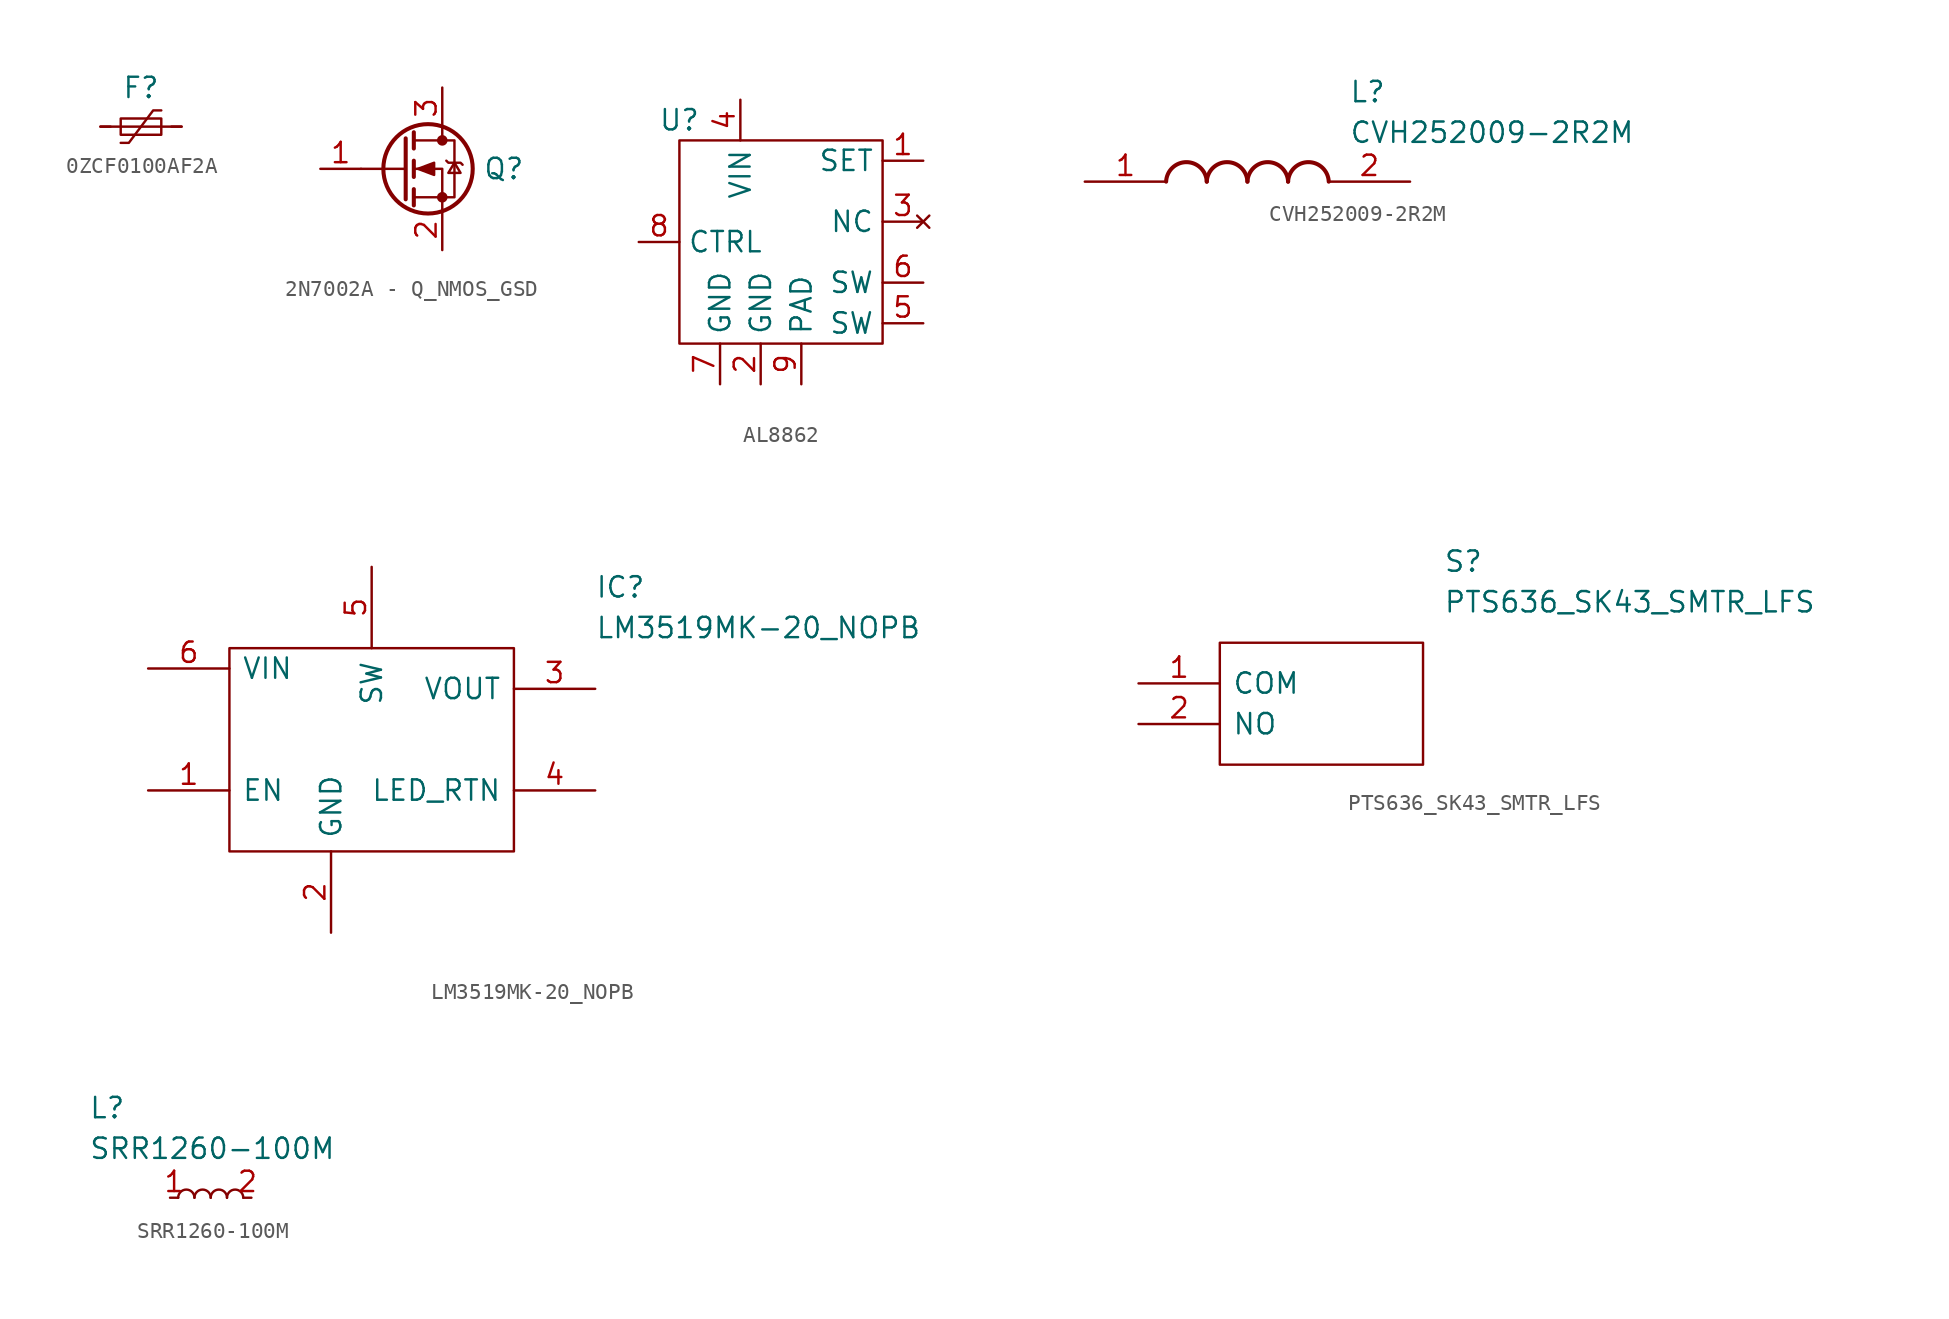
<source format=kicad_sym>
(kicad_symbol_lib
  (version 20231120)
  (generator "kicad_symbol_editor")
  (generator_version "8.0")
  (symbol "0ZCF0100AF2A"
    (pin_numbers hide)
    (property "Reference" "F"
      (at 0 3.175 0)
      (effects (font (size 1.27 1.27)) (justify top)))
    (symbol "0ZCF0100AF2A_0_1"
      (rectangle (start -1.27 -0.508) (end 1.27 0.508) (stroke (width 0) (type default)) (fill (type none)))
      (polyline (pts (xy -2.54 0) (xy 2.54 0)) (stroke (width 0) (type default)) (fill (type none)))
      (polyline (pts (xy -1.27 -1.016) (xy -0.762 -1.016) (xy 0.762 1.016) (xy 1.27 1.016)) (stroke (width 0) (type default)) (fill (type none))))
    (symbol "0ZCF0100AF2A_1_1"
      (pin passive line (at -2.54 0 0) (length 0.635) (name "~" (effects (font (size 1.27 1.27)))) (number "1" (effects (font (size 1.27 1.27)))))
      (pin passive line (at 2.54 0 180) (length 0.635) (name "~" (effects (font (size 1.27 1.27)))) (number "2" (effects (font (size 1.27 1.27)))))))
  (symbol "2N7002A - Q_NMOS_GSD"
    (pin_names
      (offset 0) hide)
    (property "Reference" "Q"
      (at 5.08 0 0)
      (effects (font (size 1.27 1.27)) (justify left)))
    (symbol "2N7002A - Q_NMOS_GSD_0_1"
      (polyline (pts (xy 0.254 0) (xy -2.54 0)) (stroke (width 0) (type default)) (fill (type none)))
      (polyline (pts (xy 0.254 1.905) (xy 0.254 -1.905)) (stroke (width 0.254) (type default)) (fill (type none)))
      (polyline (pts (xy 0.762 -1.27) (xy 0.762 -2.286)) (stroke (width 0.254) (type default)) (fill (type none)))
      (polyline (pts (xy 0.762 0.508) (xy 0.762 -0.508)) (stroke (width 0.254) (type default)) (fill (type none)))
      (polyline (pts (xy 0.762 2.286) (xy 0.762 1.27)) (stroke (width 0.254) (type default)) (fill (type none)))
      (polyline (pts (xy 2.54 2.54) (xy 2.54 1.778)) (stroke (width 0) (type default)) (fill (type none)))
      (polyline (pts (xy 2.54 -2.54) (xy 2.54 0) (xy 0.762 0)) (stroke (width 0) (type default)) (fill (type none)))
      (polyline (pts (xy 0.762 -1.778) (xy 3.302 -1.778) (xy 3.302 1.778) (xy 0.762 1.778)) (stroke (width 0) (type default)) (fill (type none)))
      (polyline (pts (xy 1.016 0) (xy 2.032 0.381) (xy 2.032 -0.381) (xy 1.016 0)) (stroke (width 0) (type default)) (fill (type outline)))
      (polyline (pts (xy 2.794 0.508) (xy 2.921 0.381) (xy 3.683 0.381) (xy 3.81 0.254)) (stroke (width 0) (type default)) (fill (type none)))
      (polyline (pts (xy 3.302 0.381) (xy 2.921 -0.254) (xy 3.683 -0.254) (xy 3.302 0.381)) (stroke (width 0) (type default)) (fill (type none)))
      (circle (center 1.651 0) (radius 2.794) (stroke (width 0.254) (type default)) (fill (type none)))
      (circle (center 2.54 -1.778) (radius 0.254) (stroke (width 0) (type default)) (fill (type outline)))
      (circle (center 2.54 1.778) (radius 0.254) (stroke (width 0) (type default)) (fill (type outline))))
    (symbol "2N7002A - Q_NMOS_GSD_1_1"
      (pin input line (at -5.08 0 0) (length 2.54) (name "G" (effects (font (size 1.27 1.27)))) (number "1" (effects (font (size 1.27 1.27)))))
      (pin passive line (at 2.54 -5.08 90) (length 2.54) (name "S" (effects (font (size 1.27 1.27)))) (number "2" (effects (font (size 1.27 1.27)))))
      (pin passive line (at 2.54 5.08 270) (length 2.54) (name "D" (effects (font (size 1.27 1.27)))) (number "3" (effects (font (size 1.27 1.27)))))))
  (symbol "AL8862"
    (property "Reference" "U"
      (at -6.35 7.62 0)
      (effects (font (size 1.27 1.27))))
    (property "Value" ""
      (at 0 0 0)
      (effects (font (size 1.27 1.27))))
    (symbol "AL8862_0_1"
      (rectangle (start -6.35 6.35) (end 6.35 -6.35) (stroke (width 0) (type default)) (fill (type none))))
    (symbol "AL8862_1_1"
      (pin power_out line (at 8.89 5.08 180) (length 2.54) (name "SET" (effects (font (size 1.27 1.27)))) (number "1" (effects (font (size 1.27 1.27)))))
      (pin power_in line (at -1.27 -8.89 90) (length 2.54) (name "GND" (effects (font (size 1.27 1.27)))) (number "2" (effects (font (size 1.27 1.27)))))
      (pin no_connect line (at 8.89 1.27 180) (length 2.54) (name "NC" (effects (font (size 1.27 1.27)))) (number "3" (effects (font (size 1.27 1.27)))))
      (pin power_in line (at -2.54 8.89 270) (length 2.54) (name "VIN" (effects (font (size 1.27 1.27)))) (number "4" (effects (font (size 1.27 1.27)))))
      (pin output line (at 8.89 -5.08 180) (length 2.54) (name "SW" (effects (font (size 1.27 1.27)))) (number "5" (effects (font (size 1.27 1.27)))))
      (pin output line (at 8.89 -2.54 180) (length 2.54) (name "SW" (effects (font (size 1.27 1.27)))) (number "6" (effects (font (size 1.27 1.27)))))
      (pin power_in line (at -3.81 -8.89 90) (length 2.54) (name "GND" (effects (font (size 1.27 1.27)))) (number "7" (effects (font (size 1.27 1.27)))))
      (pin input line (at -8.89 0 0) (length 2.54) (name "CTRL" (effects (font (size 1.27 1.27)))) (number "8" (effects (font (size 1.27 1.27)))))
      (pin power_in line (at 1.27 -8.89 90) (length 2.54) (name "PAD" (effects (font (size 1.27 1.27)))) (number "9" (effects (font (size 1.27 1.27)))))))
  (symbol "CVH252009-2R2M"
    (pin_names hide)
    (property "Reference" "L"
      (at 16.51 6.35 0)
      (effects (font (size 1.27 1.27)) (justify left top)))
    (property "Value" "CVH252009-2R2M"
      (at 16.51 3.81 0)
      (effects (font (size 1.27 1.27)) (justify left top)))
    (symbol "CVH252009-2R2M_1_1"
      (arc (start 7.62 0) (mid 6.35 1.219) (end 5.08 0) (stroke (width 0.254) (type default)) (fill (type none)))
      (arc (start 10.16 0) (mid 8.89 1.219) (end 7.62 0) (stroke (width 0.254) (type default)) (fill (type none)))
      (arc (start 12.7 0) (mid 11.43 1.219) (end 10.16 0) (stroke (width 0.254) (type default)) (fill (type none)))
      (arc (start 15.24 0) (mid 13.97 1.219) (end 12.7 0) (stroke (width 0.254) (type default)) (fill (type none)))
      (pin passive line (at 0 0 0) (length 5.08) (name "1" (effects (font (size 1.27 1.27)))) (number "1" (effects (font (size 1.27 1.27)))))
      (pin passive line (at 20.32 0 180) (length 5.08) (name "2" (effects (font (size 1.27 1.27)))) (number "2" (effects (font (size 1.27 1.27)))))))
  (symbol "LM3519MK-20_NOPB"
    (pin_names
      (offset 0.762))
    (property "Reference" "IC"
      (at 13.97 10.16 0)
      (effects (font (size 1.27 1.27)) (justify left)))
    (property "Value" "LM3519MK-20_NOPB"
      (at 13.97 7.62 0)
      (effects (font (size 1.27 1.27)) (justify left)))
    (symbol "LM3519MK-20_NOPB_0_0"
      (pin passive line (at -13.97 -2.54 0) (length 5.08) (name "EN" (effects (font (size 1.27 1.27)))) (number "1" (effects (font (size 1.27 1.27)))))
      (pin passive line (at -2.54 -11.43 90) (length 5.08) (name "GND" (effects (font (size 1.27 1.27)))) (number "2" (effects (font (size 1.27 1.27)))))
      (pin passive line (at 13.97 3.81 180) (length 5.08) (name "VOUT" (effects (font (size 1.27 1.27)))) (number "3" (effects (font (size 1.27 1.27)))))
      (pin passive line (at 13.97 -2.54 180) (length 5.08) (name "LED_RTN" (effects (font (size 1.27 1.27)))) (number "4" (effects (font (size 1.27 1.27)))))
      (pin passive line (at 0 11.43 270) (length 5.08) (name "SW" (effects (font (size 1.27 1.27)))) (number "5" (effects (font (size 1.27 1.27)))))
      (pin passive line (at -13.97 5.08 0) (length 5.08) (name "VIN" (effects (font (size 1.27 1.27)))) (number "6" (effects (font (size 1.27 1.27))))))
    (symbol "LM3519MK-20_NOPB_0_1"
      (rectangle (start -8.89 6.35) (end 8.89 -6.35) (stroke (width 0) (type default)) (fill (type none)))))
  (symbol "PTS636_SK43_SMTR_LFS"
    (pin_names
      (offset 0.762))
    (property "Reference" "S"
      (at 19.05 7.62 0)
      (effects (font (size 1.27 1.27)) (justify left)))
    (property "Value" "PTS636_SK43_SMTR_LFS"
      (at 19.05 5.08 0)
      (effects (font (size 1.27 1.27)) (justify left)))
    (symbol "PTS636_SK43_SMTR_LFS_0_0"
      (pin passive line (at 0 0 0) (length 5.08) (name "COM" (effects (font (size 1.27 1.27)))) (number "1" (effects (font (size 1.27 1.27)))))
      (pin passive line (at 0 -2.54 0) (length 5.08) (name "NO" (effects (font (size 1.27 1.27)))) (number "2" (effects (font (size 1.27 1.27))))))
    (symbol "PTS636_SK43_SMTR_LFS_0_1"
      (polyline (pts (xy 5.08 2.54) (xy 17.78 2.54) (xy 17.78 -5.08) (xy 5.08 -5.08) (xy 5.08 2.54)) (stroke (width 0.152) (type solid)) (fill (type none)))))
  (symbol "SRR1260-100M"
    (pin_names hide)
    (property "Reference" "L"
      (at -7.62 6.35 0)
      (effects (font (size 1.27 1.27)) (justify left top)))
    (property "Value" "SRR1260-100M"
      (at -7.62 3.81 0)
      (effects (font (size 1.27 1.27)) (justify left top)))
    (symbol "SRR1260-100M_0_1"
      (arc (start -1.016 0) (mid -1.524 0.5058) (end -2.032 0) (stroke (width 0) (type default)) (fill (type none)))
      (arc (start 0 0) (mid -0.508 0.5058) (end -1.016 0) (stroke (width 0) (type default)) (fill (type none)))
      (arc (start 1.016 0) (mid 0.508 0.5058) (end 0 0) (stroke (width 0) (type default)) (fill (type none)))
      (arc (start 2.032 0) (mid 1.524 0.5058) (end 1.016 0) (stroke (width 0) (type default)) (fill (type none))))
    (symbol "SRR1260-100M_1_1"
      (pin passive line (at -2.54 0 0) (length 0.508) (name "~" (effects (font (size 1.27 1.27)))) (number "1" (effects (font (size 1.27 1.27)))))
      (pin passive line (at 2.54 0 180) (length 0.508) (name "~" (effects (font (size 1.27 1.27)))) (number "2" (effects (font (size 1.27 1.27))))))))
</source>
